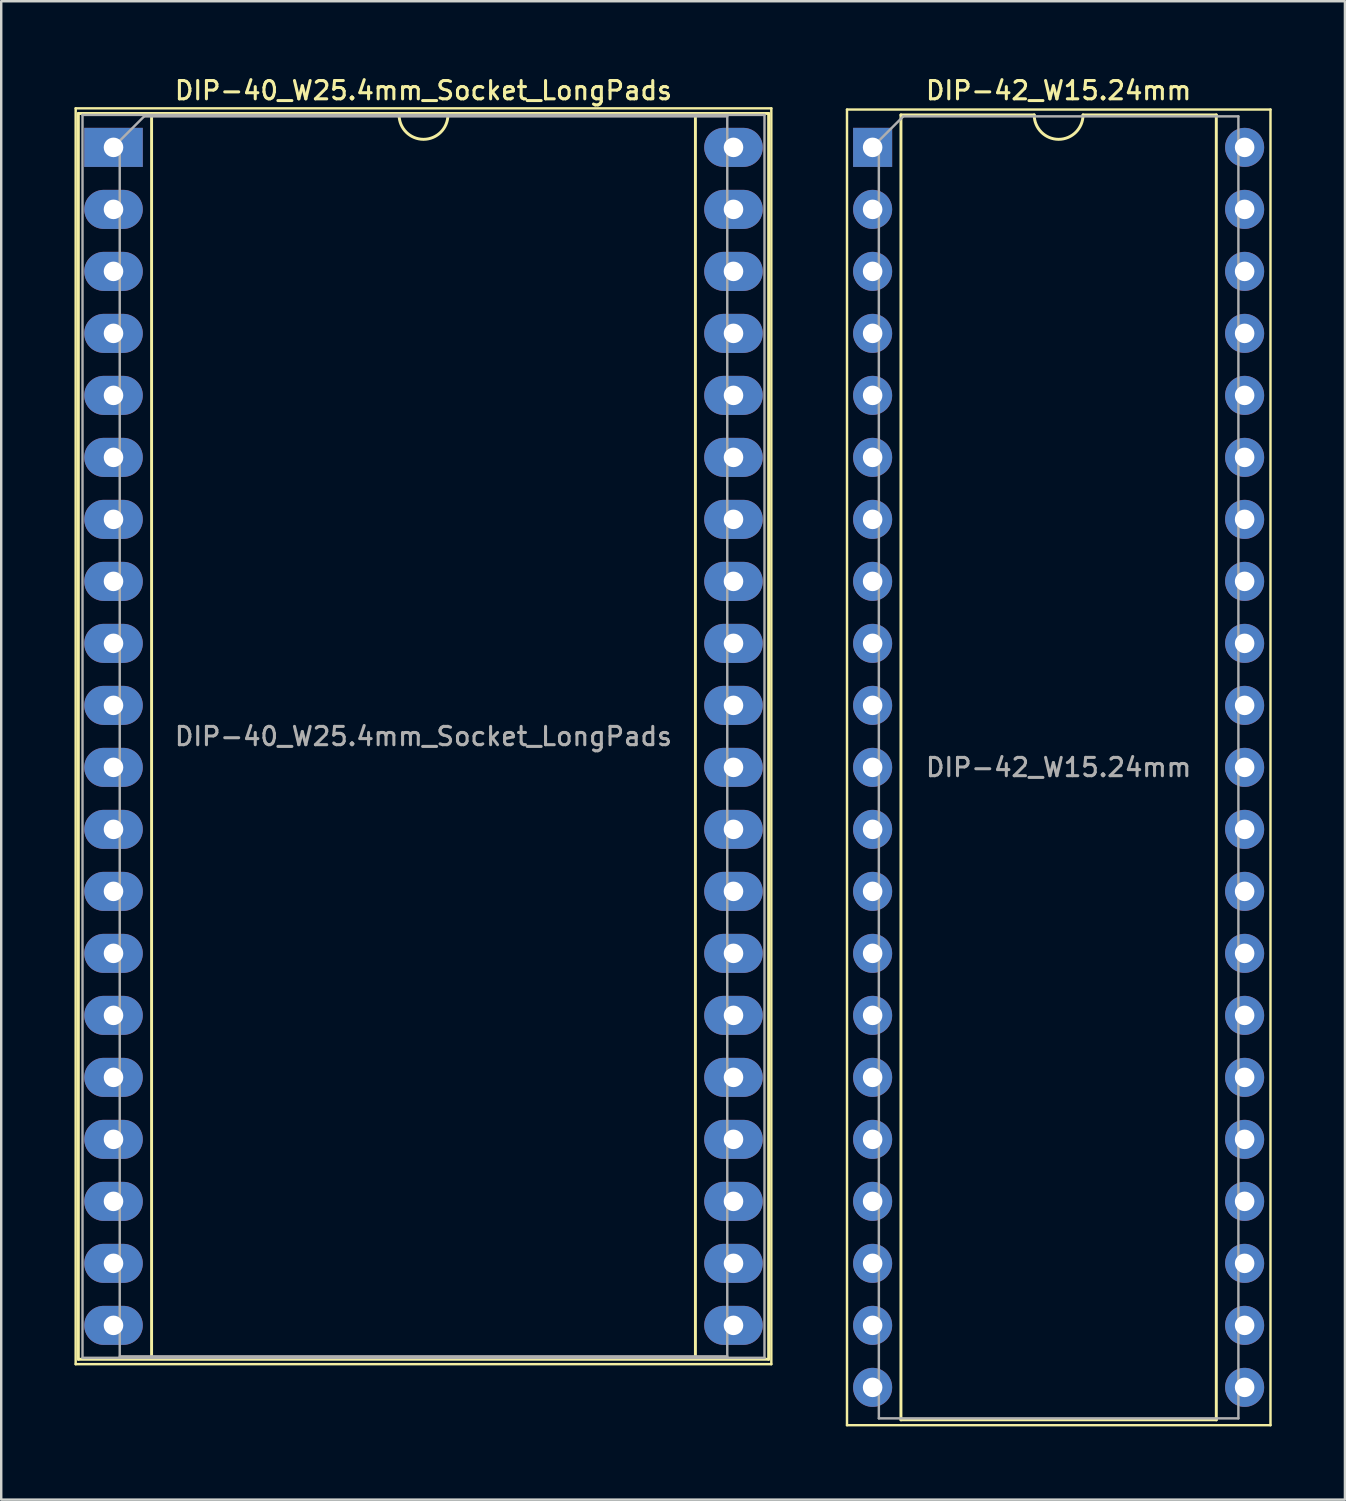
<source format=kicad_pcb>
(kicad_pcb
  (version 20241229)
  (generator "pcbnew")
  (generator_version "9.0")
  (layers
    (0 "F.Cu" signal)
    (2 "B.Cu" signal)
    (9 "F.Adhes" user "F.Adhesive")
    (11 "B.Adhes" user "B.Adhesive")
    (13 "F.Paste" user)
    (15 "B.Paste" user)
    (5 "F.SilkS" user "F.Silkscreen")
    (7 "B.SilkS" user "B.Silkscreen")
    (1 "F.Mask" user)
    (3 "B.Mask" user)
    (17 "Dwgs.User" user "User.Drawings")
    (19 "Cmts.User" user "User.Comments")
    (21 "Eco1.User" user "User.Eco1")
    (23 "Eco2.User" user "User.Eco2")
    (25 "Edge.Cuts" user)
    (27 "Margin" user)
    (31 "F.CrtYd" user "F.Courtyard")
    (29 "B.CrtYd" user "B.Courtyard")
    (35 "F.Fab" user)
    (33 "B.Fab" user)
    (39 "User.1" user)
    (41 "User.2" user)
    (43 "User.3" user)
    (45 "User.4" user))
  (footprint "DIP-40_W25.4mm_Socket_LongPads"
    (layer "F.Cu")
    (at 1.6 2.988)
    (property "Reference" "DIP-40_W25.4mm_Socket_LongPads" (at 12.7 -2.33 0) (layer "F.SilkS") (effects (font (size 0.75 0.75) (thickness 0.125))))
    (attr through_hole)
    (fp_line (start -1.55 -1.6) (end -1.55 49.85) (stroke (width 0.1) (type solid)) (layer "F.SilkS"))
    (fp_line (start -1.55 49.85) (end 26.95 49.85) (stroke (width 0.1) (type solid)) (layer "F.SilkS"))
    (fp_line (start -1.44 -1.39) (end -1.44 49.65) (stroke (width 0.12) (type solid)) (layer "F.SilkS"))
    (fp_line (start -1.44 49.65) (end 26.84 49.65) (stroke (width 0.12) (type solid)) (layer "F.SilkS"))
    (fp_line (start 1.56 -1.33) (end 1.56 49.59) (stroke (width 0.12) (type solid)) (layer "F.SilkS"))
    (fp_line (start 1.56 49.59) (end 23.84 49.59) (stroke (width 0.12) (type solid)) (layer "F.SilkS"))
    (fp_line (start 11.7 -1.33) (end 1.56 -1.33) (stroke (width 0.12) (type solid)) (layer "F.SilkS"))
    (fp_line (start 23.84 -1.33) (end 13.7 -1.33) (stroke (width 0.12) (type solid)) (layer "F.SilkS"))
    (fp_line (start 23.84 49.59) (end 23.84 -1.33) (stroke (width 0.12) (type solid)) (layer "F.SilkS"))
    (fp_line (start 26.84 -1.39) (end -1.44 -1.39) (stroke (width 0.12) (type solid)) (layer "F.SilkS"))
    (fp_line (start 26.84 49.65) (end 26.84 -1.39) (stroke (width 0.12) (type solid)) (layer "F.SilkS"))
    (fp_line (start 26.95 -1.6) (end -1.55 -1.6) (stroke (width 0.1) (type solid)) (layer "F.SilkS"))
    (fp_line (start 26.95 49.85) (end 26.95 -1.6) (stroke (width 0.1) (type solid)) (layer "F.SilkS"))
    (fp_arc (start 13.7 -1.33) (mid 12.7 -0.33) (end 11.7 -1.33) (stroke (width 0.12) (type solid)) (layer "F.SilkS"))
    (fp_line (start -1.27 -1.33) (end -1.27 49.59) (stroke (width 0.1) (type solid)) (layer "F.Fab"))
    (fp_line (start -1.27 49.59) (end 26.67 49.59) (stroke (width 0.1) (type solid)) (layer "F.Fab"))
    (fp_line (start 0.255 -0.27) (end 1.255 -1.27) (stroke (width 0.1) (type solid)) (layer "F.Fab"))
    (fp_line (start 0.255 49.53) (end 0.255 -0.27) (stroke (width 0.1) (type solid)) (layer "F.Fab"))
    (fp_line (start 1.255 -1.27) (end 25.145 -1.27) (stroke (width 0.1) (type solid)) (layer "F.Fab"))
    (fp_line (start 25.145 -1.27) (end 25.145 49.53) (stroke (width 0.1) (type solid)) (layer "F.Fab"))
    (fp_line (start 25.145 49.53) (end 0.255 49.53) (stroke (width 0.1) (type solid)) (layer "F.Fab"))
    (fp_line (start 26.67 -1.33) (end -1.27 -1.33) (stroke (width 0.1) (type solid)) (layer "F.Fab"))
    (fp_line (start 26.67 49.59) (end 26.67 -1.33) (stroke (width 0.1) (type solid)) (layer "F.Fab"))
    (fp_text user "${REFERENCE}" (at 12.7 24.13 0) (layer "F.Fab") (effects (font (size 0.75 0.75) (thickness 0.125))))
    (pad "1" thru_hole rect (at 0 0) (size 2.4 1.6) (drill 0.8) (layers "*.Cu" "*.Mask"))
    (pad "2" thru_hole oval (at 0 2.54) (size 2.4 1.6) (drill 0.8) (layers "*.Cu" "*.Mask"))
    (pad "3" thru_hole oval (at 0 5.08) (size 2.4 1.6) (drill 0.8) (layers "*.Cu" "*.Mask"))
    (pad "4" thru_hole oval (at 0 7.62) (size 2.4 1.6) (drill 0.8) (layers "*.Cu" "*.Mask"))
    (pad "5" thru_hole oval (at 0 10.16) (size 2.4 1.6) (drill 0.8) (layers "*.Cu" "*.Mask"))
    (pad "6" thru_hole oval (at 0 12.7) (size 2.4 1.6) (drill 0.8) (layers "*.Cu" "*.Mask"))
    (pad "7" thru_hole oval (at 0 15.24) (size 2.4 1.6) (drill 0.8) (layers "*.Cu" "*.Mask"))
    (pad "8" thru_hole oval (at 0 17.78) (size 2.4 1.6) (drill 0.8) (layers "*.Cu" "*.Mask"))
    (pad "9" thru_hole oval (at 0 20.32) (size 2.4 1.6) (drill 0.8) (layers "*.Cu" "*.Mask"))
    (pad "10" thru_hole oval (at 0 22.86) (size 2.4 1.6) (drill 0.8) (layers "*.Cu" "*.Mask"))
    (pad "11" thru_hole oval (at 0 25.4) (size 2.4 1.6) (drill 0.8) (layers "*.Cu" "*.Mask"))
    (pad "12" thru_hole oval (at 0 27.94) (size 2.4 1.6) (drill 0.8) (layers "*.Cu" "*.Mask"))
    (pad "13" thru_hole oval (at 0 30.48) (size 2.4 1.6) (drill 0.8) (layers "*.Cu" "*.Mask"))
    (pad "14" thru_hole oval (at 0 33.02) (size 2.4 1.6) (drill 0.8) (layers "*.Cu" "*.Mask"))
    (pad "15" thru_hole oval (at 0 35.56) (size 2.4 1.6) (drill 0.8) (layers "*.Cu" "*.Mask"))
    (pad "16" thru_hole oval (at 0 38.1) (size 2.4 1.6) (drill 0.8) (layers "*.Cu" "*.Mask"))
    (pad "17" thru_hole oval (at 0 40.64) (size 2.4 1.6) (drill 0.8) (layers "*.Cu" "*.Mask"))
    (pad "18" thru_hole oval (at 0 43.18) (size 2.4 1.6) (drill 0.8) (layers "*.Cu" "*.Mask"))
    (pad "19" thru_hole oval (at 0 45.72) (size 2.4 1.6) (drill 0.8) (layers "*.Cu" "*.Mask"))
    (pad "20" thru_hole oval (at 0 48.26) (size 2.4 1.6) (drill 0.8) (layers "*.Cu" "*.Mask"))
    (pad "21" thru_hole oval (at 25.4 48.26) (size 2.4 1.6) (drill 0.8) (layers "*.Cu" "*.Mask"))
    (pad "22" thru_hole oval (at 25.4 45.72) (size 2.4 1.6) (drill 0.8) (layers "*.Cu" "*.Mask"))
    (pad "23" thru_hole oval (at 25.4 43.18) (size 2.4 1.6) (drill 0.8) (layers "*.Cu" "*.Mask"))
    (pad "24" thru_hole oval (at 25.4 40.64) (size 2.4 1.6) (drill 0.8) (layers "*.Cu" "*.Mask"))
    (pad "25" thru_hole oval (at 25.4 38.1) (size 2.4 1.6) (drill 0.8) (layers "*.Cu" "*.Mask"))
    (pad "26" thru_hole oval (at 25.4 35.56) (size 2.4 1.6) (drill 0.8) (layers "*.Cu" "*.Mask"))
    (pad "27" thru_hole oval (at 25.4 33.02) (size 2.4 1.6) (drill 0.8) (layers "*.Cu" "*.Mask"))
    (pad "28" thru_hole oval (at 25.4 30.48) (size 2.4 1.6) (drill 0.8) (layers "*.Cu" "*.Mask"))
    (pad "29" thru_hole oval (at 25.4 27.94) (size 2.4 1.6) (drill 0.8) (layers "*.Cu" "*.Mask"))
    (pad "30" thru_hole oval (at 25.4 25.4) (size 2.4 1.6) (drill 0.8) (layers "*.Cu" "*.Mask"))
    (pad "31" thru_hole oval (at 25.4 22.86) (size 2.4 1.6) (drill 0.8) (layers "*.Cu" "*.Mask"))
    (pad "32" thru_hole oval (at 25.4 20.32) (size 2.4 1.6) (drill 0.8) (layers "*.Cu" "*.Mask"))
    (pad "33" thru_hole oval (at 25.4 17.78) (size 2.4 1.6) (drill 0.8) (layers "*.Cu" "*.Mask"))
    (pad "34" thru_hole oval (at 25.4 15.24) (size 2.4 1.6) (drill 0.8) (layers "*.Cu" "*.Mask"))
    (pad "35" thru_hole oval (at 25.4 12.7) (size 2.4 1.6) (drill 0.8) (layers "*.Cu" "*.Mask"))
    (pad "36" thru_hole oval (at 25.4 10.16) (size 2.4 1.6) (drill 0.8) (layers "*.Cu" "*.Mask"))
    (pad "37" thru_hole oval (at 25.4 7.62) (size 2.4 1.6) (drill 0.8) (layers "*.Cu" "*.Mask"))
    (pad "38" thru_hole oval (at 25.4 5.08) (size 2.4 1.6) (drill 0.8) (layers "*.Cu" "*.Mask"))
    (pad "39" thru_hole oval (at 25.4 2.54) (size 2.4 1.6) (drill 0.8) (layers "*.Cu" "*.Mask"))
    (pad "40" thru_hole oval (at 25.4 0) (size 2.4 1.6) (drill 0.8) (layers "*.Cu" "*.Mask")))
  (footprint "DIP-42_W15.24mm"
    (layer "F.Cu")
    (at 32.7 2.988)
    (property "Reference" "DIP-42_W15.24mm" (at 7.62 -2.33 0) (layer "F.SilkS") (effects (font (size 0.75 0.75) (thickness 0.125))))
    (attr through_hole)
    (fp_line (start -1.05 -1.55) (end -1.05 52.35) (stroke (width 0.1) (type solid)) (layer "F.SilkS"))
    (fp_line (start -1.05 52.35) (end 16.3 52.35) (stroke (width 0.1) (type solid)) (layer "F.SilkS"))
    (fp_line (start 1.16 -1.33) (end 1.16 52.13) (stroke (width 0.12) (type solid)) (layer "F.SilkS"))
    (fp_line (start 1.16 52.13) (end 14.08 52.13) (stroke (width 0.12) (type solid)) (layer "F.SilkS"))
    (fp_line (start 6.62 -1.33) (end 1.16 -1.33) (stroke (width 0.12) (type solid)) (layer "F.SilkS"))
    (fp_line (start 14.08 -1.33) (end 8.62 -1.33) (stroke (width 0.12) (type solid)) (layer "F.SilkS"))
    (fp_line (start 14.08 52.13) (end 14.08 -1.33) (stroke (width 0.12) (type solid)) (layer "F.SilkS"))
    (fp_line (start 16.3 -1.55) (end -1.05 -1.55) (stroke (width 0.1) (type solid)) (layer "F.SilkS"))
    (fp_line (start 16.3 52.35) (end 16.3 -1.55) (stroke (width 0.1) (type solid)) (layer "F.SilkS"))
    (fp_arc (start 8.62 -1.33) (mid 7.62 -0.33) (end 6.62 -1.33) (stroke (width 0.12) (type solid)) (layer "F.SilkS"))
    (fp_line (start 0.255 -0.27) (end 1.255 -1.27) (stroke (width 0.1) (type solid)) (layer "F.Fab"))
    (fp_line (start 0.255 52.07) (end 0.255 -0.27) (stroke (width 0.1) (type solid)) (layer "F.Fab"))
    (fp_line (start 1.255 -1.27) (end 14.985 -1.27) (stroke (width 0.1) (type solid)) (layer "F.Fab"))
    (fp_line (start 14.985 -1.27) (end 14.985 52.07) (stroke (width 0.1) (type solid)) (layer "F.Fab"))
    (fp_line (start 14.985 52.07) (end 0.255 52.07) (stroke (width 0.1) (type solid)) (layer "F.Fab"))
    (fp_text user "${REFERENCE}" (at 7.62 25.4 0) (layer "F.Fab") (effects (font (size 0.75 0.75) (thickness 0.125))))
    (pad "1" thru_hole rect (at 0 0) (size 1.6 1.6) (drill 0.8) (layers "*.Cu" "*.Mask"))
    (pad "2" thru_hole oval (at 0 2.54) (size 1.6 1.6) (drill 0.8) (layers "*.Cu" "*.Mask"))
    (pad "3" thru_hole oval (at 0 5.08) (size 1.6 1.6) (drill 0.8) (layers "*.Cu" "*.Mask"))
    (pad "4" thru_hole oval (at 0 7.62) (size 1.6 1.6) (drill 0.8) (layers "*.Cu" "*.Mask"))
    (pad "5" thru_hole oval (at 0 10.16) (size 1.6 1.6) (drill 0.8) (layers "*.Cu" "*.Mask"))
    (pad "6" thru_hole oval (at 0 12.7) (size 1.6 1.6) (drill 0.8) (layers "*.Cu" "*.Mask"))
    (pad "7" thru_hole oval (at 0 15.24) (size 1.6 1.6) (drill 0.8) (layers "*.Cu" "*.Mask"))
    (pad "8" thru_hole oval (at 0 17.78) (size 1.6 1.6) (drill 0.8) (layers "*.Cu" "*.Mask"))
    (pad "9" thru_hole oval (at 0 20.32) (size 1.6 1.6) (drill 0.8) (layers "*.Cu" "*.Mask"))
    (pad "10" thru_hole oval (at 0 22.86) (size 1.6 1.6) (drill 0.8) (layers "*.Cu" "*.Mask"))
    (pad "11" thru_hole oval (at 0 25.4) (size 1.6 1.6) (drill 0.8) (layers "*.Cu" "*.Mask"))
    (pad "12" thru_hole oval (at 0 27.94) (size 1.6 1.6) (drill 0.8) (layers "*.Cu" "*.Mask"))
    (pad "13" thru_hole oval (at 0 30.48) (size 1.6 1.6) (drill 0.8) (layers "*.Cu" "*.Mask"))
    (pad "14" thru_hole oval (at 0 33.02) (size 1.6 1.6) (drill 0.8) (layers "*.Cu" "*.Mask"))
    (pad "15" thru_hole oval (at 0 35.56) (size 1.6 1.6) (drill 0.8) (layers "*.Cu" "*.Mask"))
    (pad "16" thru_hole oval (at 0 38.1) (size 1.6 1.6) (drill 0.8) (layers "*.Cu" "*.Mask"))
    (pad "17" thru_hole oval (at 0 40.64) (size 1.6 1.6) (drill 0.8) (layers "*.Cu" "*.Mask"))
    (pad "18" thru_hole oval (at 0 43.18) (size 1.6 1.6) (drill 0.8) (layers "*.Cu" "*.Mask"))
    (pad "19" thru_hole oval (at 0 45.72) (size 1.6 1.6) (drill 0.8) (layers "*.Cu" "*.Mask"))
    (pad "20" thru_hole oval (at 0 48.26) (size 1.6 1.6) (drill 0.8) (layers "*.Cu" "*.Mask"))
    (pad "21" thru_hole oval (at 0 50.8) (size 1.6 1.6) (drill 0.8) (layers "*.Cu" "*.Mask"))
    (pad "22" thru_hole oval (at 15.24 50.8) (size 1.6 1.6) (drill 0.8) (layers "*.Cu" "*.Mask"))
    (pad "23" thru_hole oval (at 15.24 48.26) (size 1.6 1.6) (drill 0.8) (layers "*.Cu" "*.Mask"))
    (pad "24" thru_hole oval (at 15.24 45.72) (size 1.6 1.6) (drill 0.8) (layers "*.Cu" "*.Mask"))
    (pad "25" thru_hole oval (at 15.24 43.18) (size 1.6 1.6) (drill 0.8) (layers "*.Cu" "*.Mask"))
    (pad "26" thru_hole oval (at 15.24 40.64) (size 1.6 1.6) (drill 0.8) (layers "*.Cu" "*.Mask"))
    (pad "27" thru_hole oval (at 15.24 38.1) (size 1.6 1.6) (drill 0.8) (layers "*.Cu" "*.Mask"))
    (pad "28" thru_hole oval (at 15.24 35.56) (size 1.6 1.6) (drill 0.8) (layers "*.Cu" "*.Mask"))
    (pad "29" thru_hole oval (at 15.24 33.02) (size 1.6 1.6) (drill 0.8) (layers "*.Cu" "*.Mask"))
    (pad "30" thru_hole oval (at 15.24 30.48) (size 1.6 1.6) (drill 0.8) (layers "*.Cu" "*.Mask"))
    (pad "31" thru_hole oval (at 15.24 27.94) (size 1.6 1.6) (drill 0.8) (layers "*.Cu" "*.Mask"))
    (pad "32" thru_hole oval (at 15.24 25.4) (size 1.6 1.6) (drill 0.8) (layers "*.Cu" "*.Mask"))
    (pad "33" thru_hole oval (at 15.24 22.86) (size 1.6 1.6) (drill 0.8) (layers "*.Cu" "*.Mask"))
    (pad "34" thru_hole oval (at 15.24 20.32) (size 1.6 1.6) (drill 0.8) (layers "*.Cu" "*.Mask"))
    (pad "35" thru_hole oval (at 15.24 17.78) (size 1.6 1.6) (drill 0.8) (layers "*.Cu" "*.Mask"))
    (pad "36" thru_hole oval (at 15.24 15.24) (size 1.6 1.6) (drill 0.8) (layers "*.Cu" "*.Mask"))
    (pad "37" thru_hole oval (at 15.24 12.7) (size 1.6 1.6) (drill 0.8) (layers "*.Cu" "*.Mask"))
    (pad "38" thru_hole oval (at 15.24 10.16) (size 1.6 1.6) (drill 0.8) (layers "*.Cu" "*.Mask"))
    (pad "39" thru_hole oval (at 15.24 7.62) (size 1.6 1.6) (drill 0.8) (layers "*.Cu" "*.Mask"))
    (pad "40" thru_hole oval (at 15.24 5.08) (size 1.6 1.6) (drill 0.8) (layers "*.Cu" "*.Mask"))
    (pad "41" thru_hole oval (at 15.24 2.54) (size 1.6 1.6) (drill 0.8) (layers "*.Cu" "*.Mask"))
    (pad "42" thru_hole oval (at 15.24 0) (size 1.6 1.6) (drill 0.8) (layers "*.Cu" "*.Mask")))
  (gr_rect
    (start -3 -3)
    (end 52.05 58.388)
    (stroke (width 0.1) (type default))
    (fill no)
    (layer "Edge.Cuts")))
</source>
